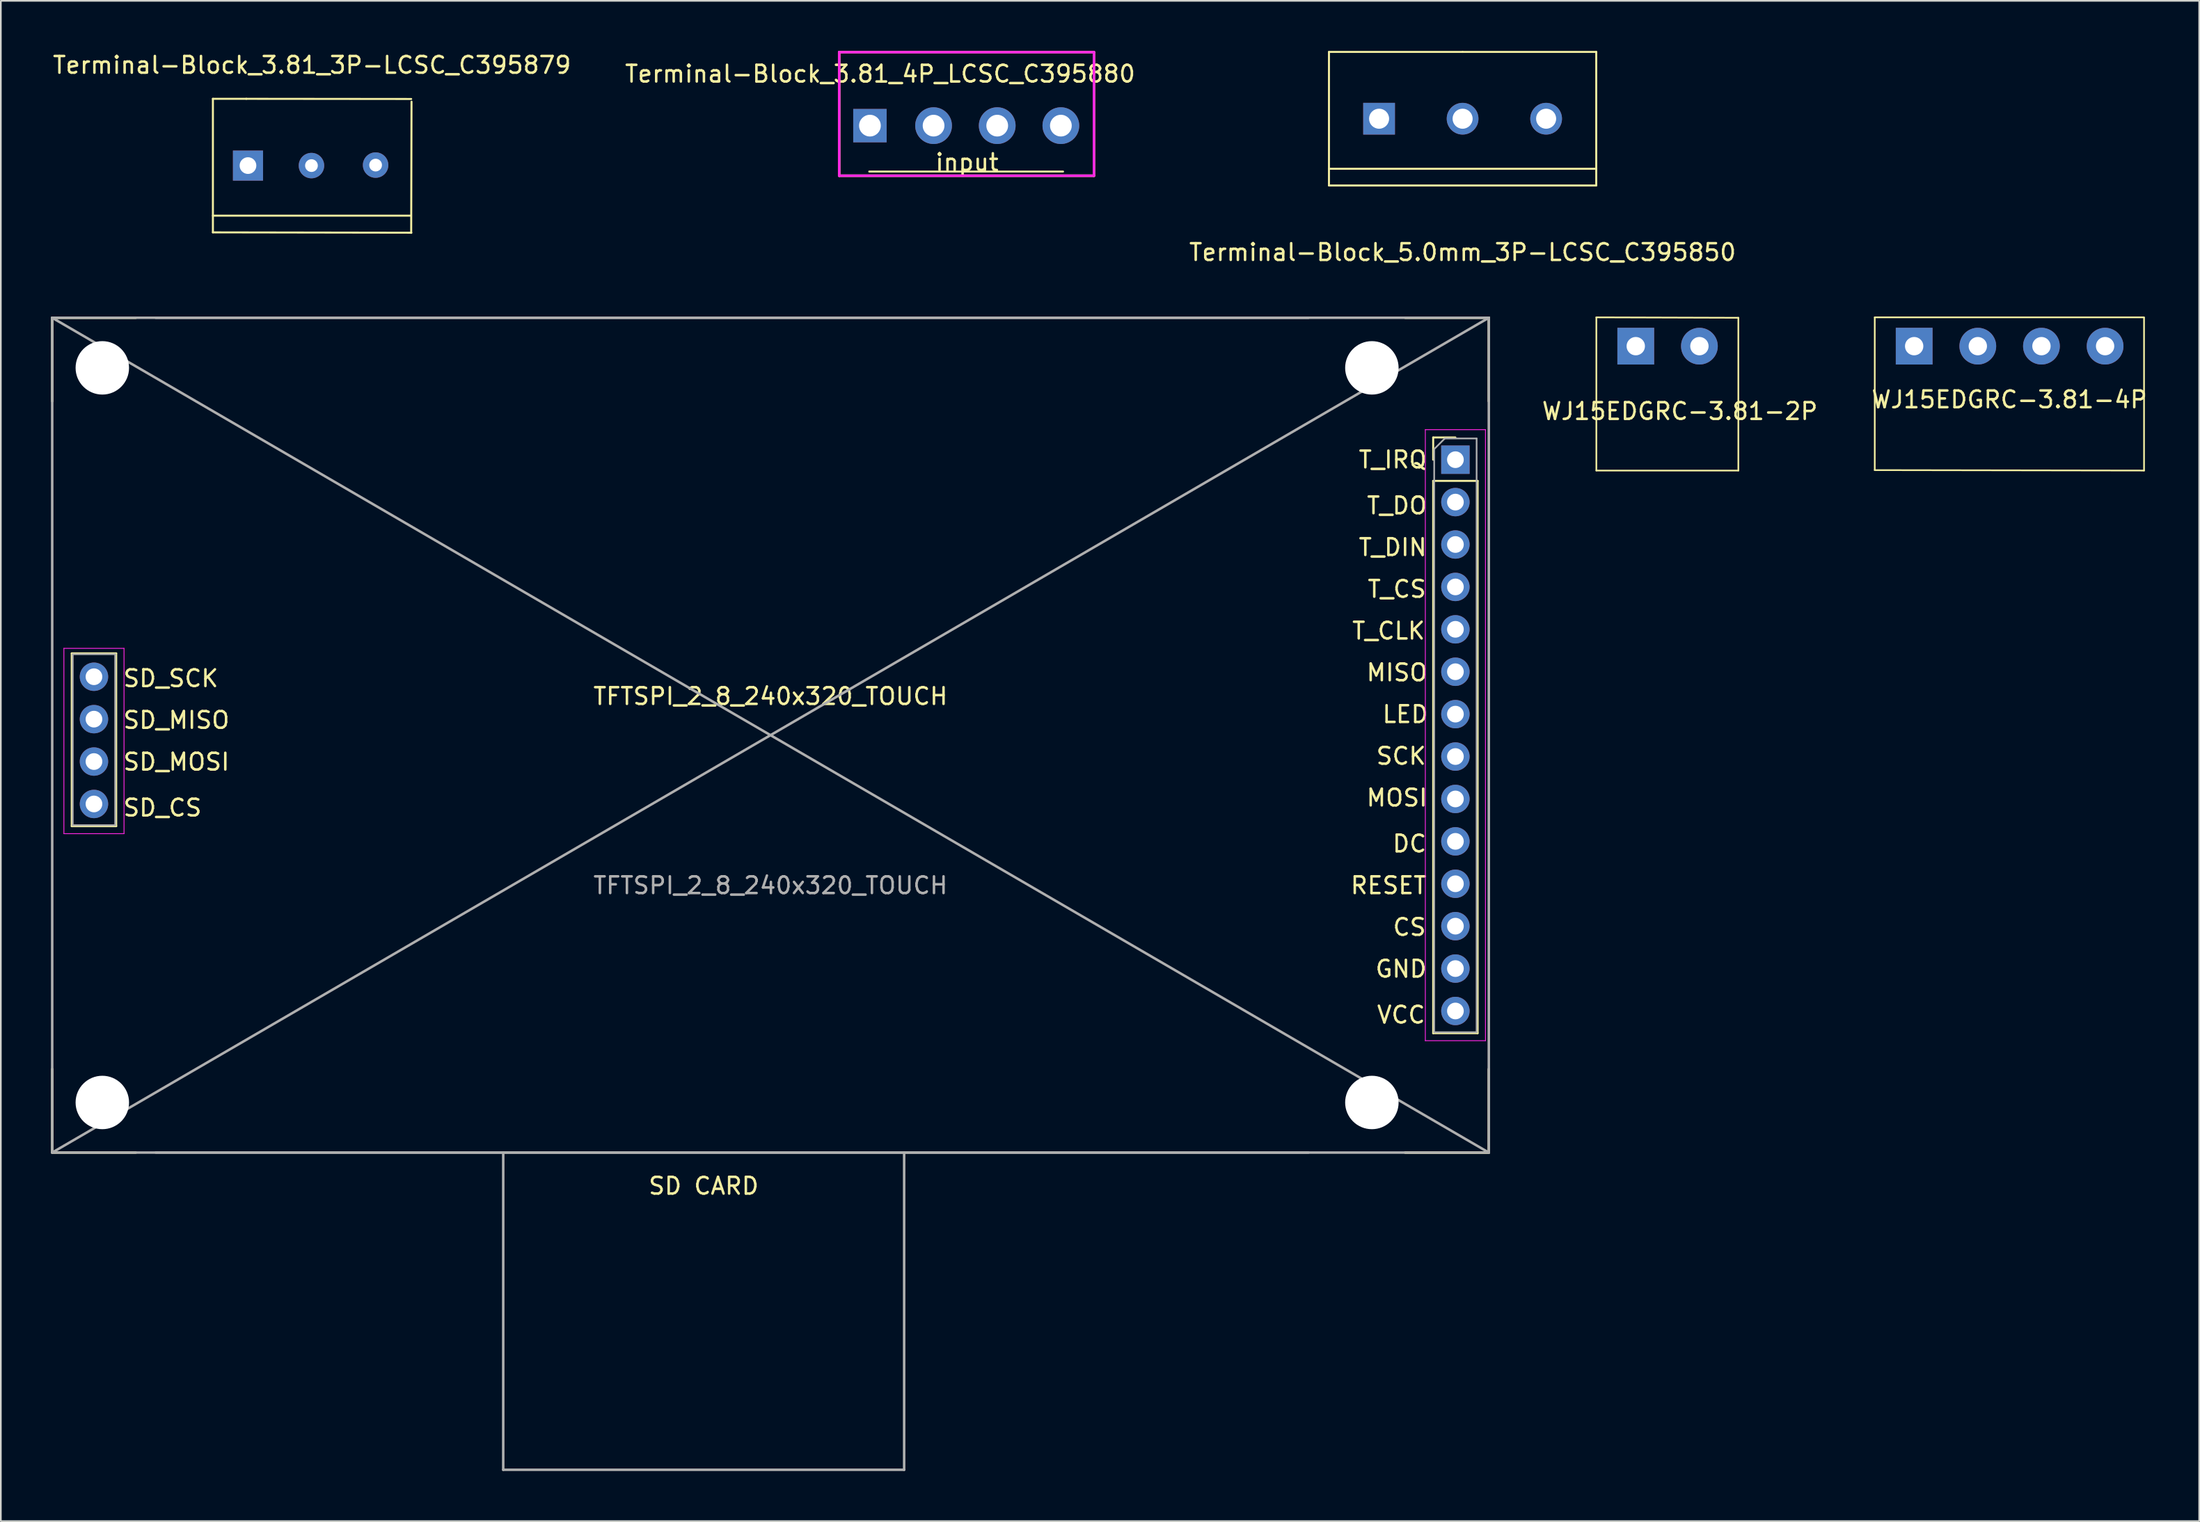
<source format=kicad_pcb>
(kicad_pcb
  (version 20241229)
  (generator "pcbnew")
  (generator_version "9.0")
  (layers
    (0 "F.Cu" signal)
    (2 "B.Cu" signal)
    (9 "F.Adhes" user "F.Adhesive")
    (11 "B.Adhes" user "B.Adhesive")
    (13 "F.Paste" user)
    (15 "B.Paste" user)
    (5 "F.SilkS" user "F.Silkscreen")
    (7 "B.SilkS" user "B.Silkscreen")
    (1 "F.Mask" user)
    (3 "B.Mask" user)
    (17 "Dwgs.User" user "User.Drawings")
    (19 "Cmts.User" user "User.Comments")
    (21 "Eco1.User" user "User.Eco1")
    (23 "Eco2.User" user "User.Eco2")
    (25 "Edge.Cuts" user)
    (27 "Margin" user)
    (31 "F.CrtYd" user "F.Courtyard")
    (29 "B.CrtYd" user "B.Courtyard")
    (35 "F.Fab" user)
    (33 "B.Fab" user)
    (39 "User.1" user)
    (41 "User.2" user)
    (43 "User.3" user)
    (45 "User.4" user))
  (footprint "WJ15EDGRC-3.81-4P"
    (layer "F.Cu")
    (at 117.239 17.683)
    (property "Reference" "WJ15EDGRC-3.81-4P" (at 0 3.2 0) (layer "F.SilkS") (effects (font (size 1 1) (thickness 0.15))))
    (attr through_hole)
    (fp_line (start -8.06 -1.725) (end -8.06 7.425) (stroke (width 0.1) (type default)) (layer "F.SilkS"))
    (fp_line (start -8.06 -1.725) (end 8.06 -1.725) (stroke (width 0.1) (type default)) (layer "F.SilkS"))
    (fp_line (start -8.06 7.425) (end 8.06 7.45) (stroke (width 0.1) (type default)) (layer "F.SilkS"))
    (fp_line (start 8.06 -1.7) (end 8.06 7.45) (stroke (width 0.1) (type default)) (layer "F.SilkS"))
    (pad "1" thru_hole rect (at -5.701 0) (size 2.2 2.2) (drill 1.1) (layers "*.Cu" "*.Mask"))
    (pad "2" thru_hole circle (at -1.891 0) (size 2.2 2.2) (drill 1.1) (layers "*.Cu" "*.Mask"))
    (pad "3" thru_hole circle (at 1.919 0) (size 2.2 2.2) (drill 1.1) (layers "*.Cu" "*.Mask"))
    (pad "4" thru_hole circle (at 5.729 0) (size 2.2 2.2) (drill 1.1) (layers "*.Cu" "*.Mask")))
  (footprint "Terminal-Block_3.81_4P_LCSC_C395880"
    (layer "F.Cu")
    (at 52.837 4.475)
    (property "Reference" "Terminal-Block_3.81_4P_LCSC_C395880" (at -3.2 -3.1 0) (layer "F.SilkS") (effects (font (size 1 1) (thickness 0.15))))
    (attr through_hole)
    (fp_line (start -5.65 -4.4) (end -5.65 3) (stroke (width 0.15) (type solid)) (layer "F.SilkS"))
    (fp_line (start -5.65 -4.4) (end 9.6 -4.4) (stroke (width 0.15) (type solid)) (layer "F.SilkS"))
    (fp_line (start -5.65 3) (end 9.6 3) (stroke (width 0.15) (type solid)) (layer "F.SilkS"))
    (fp_line (start -3.85 2.75) (end 7.75 2.75) (stroke (width 0.12) (type solid)) (layer "F.SilkS"))
    (fp_line (start 9.6 -4.4) (end 9.6 3) (stroke (width 0.15) (type solid)) (layer "F.SilkS"))
    (fp_line (start -5.65 -4.4) (end -5.65 3) (stroke (width 0.15) (type solid)) (layer "F.CrtYd"))
    (fp_line (start -5.65 -4.4) (end 9.6 -4.4) (stroke (width 0.15) (type solid)) (layer "F.CrtYd"))
    (fp_line (start -5.65 3) (end 9.6 3) (stroke (width 0.15) (type solid)) (layer "F.CrtYd"))
    (fp_line (start 9.6 -4.4) (end 9.6 3) (stroke (width 0.15) (type solid)) (layer "F.CrtYd"))
    (fp_text user "input" (at 2 2.2 0) (layer "F.SilkS") (effects (font (size 1 1) (thickness 0.15))))
    (pad "1" thru_hole rect (at -3.81 0) (size 2 2) (drill 1.3) (layers "*.Cu" "*.Mask"))
    (pad "2" thru_hole circle (at 0 0) (size 2.2 2.2) (drill 1.3) (layers "*.Cu" "*.Mask"))
    (pad "3" thru_hole circle (at 3.81 0) (size 2.2 2.2) (drill 1.3) (layers "*.Cu" "*.Mask"))
    (pad "4" thru_hole circle (at 7.62 0) (size 2.2 2.2) (drill 1.3) (layers "*.Cu" "*.Mask")))
  (footprint "WJ15EDGRC-3.81-2P"
    (layer "F.Cu")
    (at 96.913 17.683)
    (property "Reference" "WJ15EDGRC-3.81-2P" (at 0.6 3.9 0) (layer "F.SilkS") (effects (font (size 1 1) (thickness 0.15))))
    (attr through_hole)
    (fp_line (start -4.4 -1.725) (end -4.4 7.45) (stroke (width 0.1) (type default)) (layer "F.SilkS"))
    (fp_line (start -4.4 -1.725) (end 4.1 -1.7) (stroke (width 0.1) (type default)) (layer "F.SilkS"))
    (fp_line (start -4.4 7.45) (end 4.1 7.45) (stroke (width 0.1) (type default)) (layer "F.SilkS"))
    (fp_line (start 4.1 -1.7) (end 4.1 7.45) (stroke (width 0.1) (type default)) (layer "F.SilkS"))
    (pad "1" thru_hole rect (at -2.041 0) (size 2.2 2.2) (drill 1.1) (layers "*.Cu" "*.Mask"))
    (pad "2" thru_hole circle (at 1.769 0) (size 2.2 2.2) (drill 1.1) (layers "*.Cu" "*.Mask")))
  (footprint "Terminal-Block_5.0mm_3P-LCSC_C395850"
    (layer "F.Cu")
    (at 84.506 4.06)
    (property "Reference" "Terminal-Block_5.0mm_3P-LCSC_C395850" (at 0 8 0) (layer "F.SilkS") (effects (font (size 1 1) (thickness 0.15))))
    (attr through_hole)
    (fp_line (start -8 -4) (end 0 -4) (stroke (width 0.12) (type solid)) (layer "F.SilkS"))
    (fp_line (start -8 3) (end 8 3) (stroke (width 0.12) (type solid)) (layer "F.SilkS"))
    (fp_line (start -8 4) (end -8 -4) (stroke (width 0.12) (type solid)) (layer "F.SilkS"))
    (fp_line (start 0 -4) (end 8 -4) (stroke (width 0.12) (type solid)) (layer "F.SilkS"))
    (fp_line (start 8 -4) (end 8 4) (stroke (width 0.12) (type solid)) (layer "F.SilkS"))
    (fp_line (start 8 4) (end -8 4) (stroke (width 0.12) (type solid)) (layer "F.SilkS"))
    (pad "1" thru_hole rect (at -5 0) (size 1.9 1.9) (drill 1.2) (layers "*.Cu" "*.Mask"))
    (pad "2" thru_hole circle (at 0 0) (size 1.9 1.9) (drill 1.2) (layers "*.Cu" "*.Mask"))
    (pad "3" thru_hole circle (at 5 0) (size 1.9 1.9) (drill 1.2) (layers "*.Cu" "*.Mask")))
  (footprint "TFTSPI_2_8_240x320_TOUCH"
    (layer "F.Cu")
    (at 43.075 40.983)
    (property "Reference" "TFTSPI_2_8_240x320_TOUCH" (at 0 -2.33 0) (layer "F.SilkS") (effects (font (size 1 1) (thickness 0.15))))
    (attr through_hole)
    (fp_line (start -43 -25) (end -43 -20) (stroke (width 0.15) (type solid)) (layer "F.SilkS"))
    (fp_line (start -43 -25) (end -38 -25) (stroke (width 0.15) (type solid)) (layer "F.SilkS"))
    (fp_line (start -43 25) (end -43 20) (stroke (width 0.15) (type solid)) (layer "F.SilkS"))
    (fp_line (start -43 25) (end -38 25) (stroke (width 0.15) (type solid)) (layer "F.SilkS"))
    (fp_line (start -41.83 -4.9) (end -41.83 5.45) (stroke (width 0.12) (type solid)) (layer "F.SilkS"))
    (fp_line (start -41.83 -4.9) (end -39.17 -4.9) (stroke (width 0.12) (type solid)) (layer "F.SilkS"))
    (fp_line (start -41.83 5.45) (end -39.17 5.45) (stroke (width 0.12) (type solid)) (layer "F.SilkS"))
    (fp_line (start -39.17 -4.9) (end -39.17 5.45) (stroke (width 0.12) (type solid)) (layer "F.SilkS"))
    (fp_line (start 38 25) (end 43 25) (stroke (width 0.15) (type solid)) (layer "F.SilkS"))
    (fp_line (start 39.67 -17.83) (end 41 -17.83) (stroke (width 0.12) (type solid)) (layer "F.SilkS"))
    (fp_line (start 39.67 -16.5) (end 39.67 -17.83) (stroke (width 0.12) (type solid)) (layer "F.SilkS"))
    (fp_line (start 39.67 -15.23) (end 39.67 17.85) (stroke (width 0.12) (type solid)) (layer "F.SilkS"))
    (fp_line (start 39.67 -15.23) (end 42.33 -15.23) (stroke (width 0.12) (type solid)) (layer "F.SilkS"))
    (fp_line (start 39.67 17.85) (end 42.33 17.85) (stroke (width 0.12) (type solid)) (layer "F.SilkS"))
    (fp_line (start 42.33 -15.23) (end 42.33 17.85) (stroke (width 0.12) (type solid)) (layer "F.SilkS"))
    (fp_line (start 43 -25) (end 38 -25) (stroke (width 0.15) (type solid)) (layer "F.SilkS"))
    (fp_line (start 43 -25) (end 43 -20) (stroke (width 0.15) (type solid)) (layer "F.SilkS"))
    (fp_line (start 43 25) (end 38 25) (stroke (width 0.15) (type solid)) (layer "F.SilkS"))
    (fp_line (start 43 25) (end 43 20) (stroke (width 0.15) (type solid)) (layer "F.SilkS"))
    (fp_line (start -42.3 -5.2) (end -42.3 5.9) (stroke (width 0.05) (type solid)) (layer "F.CrtYd"))
    (fp_line (start -42.3 5.9) (end -38.7 5.9) (stroke (width 0.05) (type solid)) (layer "F.CrtYd"))
    (fp_line (start -38.7 -5.2) (end -42.3 -5.2) (stroke (width 0.05) (type solid)) (layer "F.CrtYd"))
    (fp_line (start -38.7 5.9) (end -38.7 -5.2) (stroke (width 0.05) (type solid)) (layer "F.CrtYd"))
    (fp_line (start 39.2 -18.3) (end 39.2 18.3) (stroke (width 0.05) (type solid)) (layer "F.CrtYd"))
    (fp_line (start 39.2 18.3) (end 42.8 18.3) (stroke (width 0.05) (type solid)) (layer "F.CrtYd"))
    (fp_line (start 42.8 -18.3) (end 39.2 -18.3) (stroke (width 0.05) (type solid)) (layer "F.CrtYd"))
    (fp_line (start 42.8 18.3) (end 42.8 -18.3) (stroke (width 0.05) (type solid)) (layer "F.CrtYd"))
    (fp_line (start -43 -25) (end 43 -25) (stroke (width 0.15) (type solid)) (layer "F.Fab"))
    (fp_line (start -43 -25) (end 43 25) (stroke (width 0.15) (type solid)) (layer "F.Fab"))
    (fp_line (start -43 25) (end -43 -25) (stroke (width 0.15) (type solid)) (layer "F.Fab"))
    (fp_line (start -43 25) (end 43 -25) (stroke (width 0.15) (type solid)) (layer "F.Fab"))
    (fp_line (start -41.77 5.39) (end -41.77 -4.85) (stroke (width 0.1) (type solid)) (layer "F.Fab"))
    (fp_line (start -39.23 -4.85) (end -41.77 -4.85) (stroke (width 0.1) (type solid)) (layer "F.Fab"))
    (fp_line (start -39.23 -4.85) (end -39.23 5.39) (stroke (width 0.1) (type solid)) (layer "F.Fab"))
    (fp_line (start -39.23 5.39) (end -41.77 5.39) (stroke (width 0.1) (type solid)) (layer "F.Fab"))
    (fp_line (start -36.8 -25) (end 32.2 -25) (stroke (width 0.15) (type solid)) (layer "F.Fab"))
    (fp_line (start -16 25) (end -16 44) (stroke (width 0.15) (type solid)) (layer "F.Fab"))
    (fp_line (start 8 25) (end 8 44) (stroke (width 0.15) (type solid)) (layer "F.Fab"))
    (fp_line (start 8 44) (end -16 44) (stroke (width 0.15) (type solid)) (layer "F.Fab"))
    (fp_line (start 32.2 25) (end -36.8 25) (stroke (width 0.15) (type solid)) (layer "F.Fab"))
    (fp_line (start 39.73 -17.135) (end 40.365 -17.77) (stroke (width 0.1) (type solid)) (layer "F.Fab"))
    (fp_line (start 39.73 17.79) (end 39.73 -17.135) (stroke (width 0.1) (type solid)) (layer "F.Fab"))
    (fp_line (start 40.365 -17.77) (end 42.27 -17.77) (stroke (width 0.1) (type solid)) (layer "F.Fab"))
    (fp_line (start 42.27 -17.77) (end 42.27 17.79) (stroke (width 0.1) (type solid)) (layer "F.Fab"))
    (fp_line (start 42.27 17.79) (end 39.73 17.79) (stroke (width 0.1) (type solid)) (layer "F.Fab"))
    (fp_line (start 43 25) (end -43 25) (stroke (width 0.15) (type solid)) (layer "F.Fab"))
    (fp_line (start 43 25) (end 43 -25) (stroke (width 0.15) (type solid)) (layer "F.Fab"))
    (fp_text user "SD_SCK" (at -35.9 -3.4 0) (layer "F.SilkS") (effects (font (size 1 1) (thickness 0.15))))
    (fp_text user "GND" (at 37.75 14 0) (layer "F.SilkS") (effects (font (size 1 1) (thickness 0.15))))
    (fp_text user "SCK" (at 37.75 1.25 0) (layer "F.SilkS") (effects (font (size 1 1) (thickness 0.15))))
    (fp_text user "MOSI" (at 37.5 3.75 0) (layer "F.SilkS") (effects (font (size 1 1) (thickness 0.15))))
    (fp_text user "DC" (at 38.25 6.5 0) (layer "F.SilkS") (effects (font (size 1 1) (thickness 0.15))))
    (fp_text user "MISO" (at 37.5 -3.75 0) (layer "F.SilkS") (effects (font (size 1 1) (thickness 0.15))))
    (fp_text user "SD_MISO" (at -35.567 -0.9 0) (layer "F.SilkS") (effects (font (size 1 1) (thickness 0.15))))
    (fp_text user "T_IRQ" (at 37.25 -16.5 0) (layer "F.SilkS") (effects (font (size 1 1) (thickness 0.15))))
    (fp_text user "SD_MOSI" (at -35.567 1.6 0) (layer "F.SilkS") (effects (font (size 1 1) (thickness 0.15))))
    (fp_text user "VCC" (at 37.75 16.75 0) (layer "F.SilkS") (effects (font (size 1 1) (thickness 0.15))))
    (fp_text user "T_CLK" (at 37 -6.25 0) (layer "F.SilkS") (effects (font (size 1 1) (thickness 0.15))))
    (fp_text user "T_DIN" (at 37.25 -11.25 0) (layer "F.SilkS") (effects (font (size 1 1) (thickness 0.15))))
    (fp_text user "SD_CS" (at -36.4 4.35 0) (layer "F.SilkS") (effects (font (size 1 1) (thickness 0.15))))
    (fp_text user "RESET" (at 37 9 0) (layer "F.SilkS") (effects (font (size 1 1) (thickness 0.15))))
    (fp_text user "CS" (at 38.25 11.5 0) (layer "F.SilkS") (effects (font (size 1 1) (thickness 0.15))))
    (fp_text user "T_CS" (at 37.5 -8.75 0) (layer "F.SilkS") (effects (font (size 1 1) (thickness 0.15))))
    (fp_text user "SD CARD" (at -4 27 0) (layer "F.SilkS") (effects (font (size 1 1) (thickness 0.15))))
    (fp_text user "T_DO" (at 37.5 -13.75 0) (layer "F.SilkS") (effects (font (size 1 1) (thickness 0.15))))
    (fp_text user "LED" (at 38 -1.25 0) (layer "F.SilkS") (effects (font (size 1 1) (thickness 0.15))))
    (fp_text user "${REFERENCE}" (at 0 9 180) (layer "F.Fab") (effects (font (size 1 1) (thickness 0.15))))
    (pad "" np_thru_hole circle (at -40 -22) (size 3.2 3.2) (drill 3.2) (layers "*.Cu" "*.Mask"))
    (pad "" np_thru_hole circle (at -40 22) (size 3.2 3.2) (drill 3.2) (layers "*.Cu" "*.Mask"))
    (pad "" np_thru_hole circle (at 36 -22) (size 3.2 3.2) (drill 3.2) (layers "*.Cu" "*.Mask"))
    (pad "" np_thru_hole circle (at 36 22) (size 3.2 3.2) (drill 3.2) (layers "*.Cu" "*.Mask"))
    (pad "1" thru_hole rect (at 41 -16.5) (size 1.7 1.7) (drill 1) (layers "*.Cu" "*.Mask"))
    (pad "2" thru_hole oval (at 41 -13.96) (size 1.7 1.7) (drill 1) (layers "*.Cu" "*.Mask"))
    (pad "3" thru_hole oval (at 41 -11.42) (size 1.7 1.7) (drill 1) (layers "*.Cu" "*.Mask"))
    (pad "4" thru_hole oval (at 41 -8.88) (size 1.7 1.7) (drill 1) (layers "*.Cu" "*.Mask"))
    (pad "5" thru_hole oval (at 41 -6.34) (size 1.7 1.7) (drill 1) (layers "*.Cu" "*.Mask"))
    (pad "6" thru_hole oval (at 41 -3.8) (size 1.7 1.7) (drill 1) (layers "*.Cu" "*.Mask"))
    (pad "7" thru_hole oval (at 41 -1.26) (size 1.7 1.7) (drill 1) (layers "*.Cu" "*.Mask"))
    (pad "8" thru_hole oval (at 41 1.28) (size 1.7 1.7) (drill 1) (layers "*.Cu" "*.Mask"))
    (pad "9" thru_hole oval (at 41 3.82) (size 1.7 1.7) (drill 1) (layers "*.Cu" "*.Mask"))
    (pad "10" thru_hole oval (at 41 6.36) (size 1.7 1.7) (drill 1) (layers "*.Cu" "*.Mask"))
    (pad "11" thru_hole oval (at 41 8.9) (size 1.7 1.7) (drill 1) (layers "*.Cu" "*.Mask"))
    (pad "12" thru_hole oval (at 41 11.44) (size 1.7 1.7) (drill 1) (layers "*.Cu" "*.Mask"))
    (pad "13" thru_hole oval (at 41 13.98) (size 1.7 1.7) (drill 1) (layers "*.Cu" "*.Mask"))
    (pad "14" thru_hole oval (at 41 16.52) (size 1.7 1.7) (drill 1) (layers "*.Cu" "*.Mask"))
    (pad "SD1" thru_hole oval (at -40.5 -3.5) (size 1.7 1.7) (drill 1) (layers "*.Cu" "*.Mask"))
    (pad "SD2" thru_hole oval (at -40.5 -0.96) (size 1.7 1.7) (drill 1) (layers "*.Cu" "*.Mask"))
    (pad "SD3" thru_hole oval (at -40.5 1.58) (size 1.7 1.7) (drill 1) (layers "*.Cu" "*.Mask"))
    (pad "SD4" thru_hole oval (at -40.5 4.12) (size 1.7 1.7) (drill 1) (layers "*.Cu" "*.Mask")))
  (footprint "Terminal-Block_3.81_3P-LCSC_C395879"
    (layer "F.Cu")
    (at 15.625 6.848)
    (property "Reference" "Terminal-Block_3.81_3P-LCSC_C395879" (at 0 -6 0) (layer "F.SilkS") (effects (font (size 1 1) (thickness 0.15))))
    (attr through_hole)
    (fp_line (start -5.93 -3.98) (end -3.93 -3.98) (stroke (width 0.12) (type solid)) (layer "F.SilkS"))
    (fp_line (start -5.93 3.02) (end 5.92 3.02) (stroke (width 0.12) (type solid)) (layer "F.SilkS"))
    (fp_line (start -5.93 4.02) (end -5.93 -3.98) (stroke (width 0.12) (type solid)) (layer "F.SilkS"))
    (fp_line (start -3.93 -3.98) (end 5.94 -3.97) (stroke (width 0.12) (type solid)) (layer "F.SilkS"))
    (fp_line (start 5.95 4.04) (end -5.93 4.02) (stroke (width 0.12) (type solid)) (layer "F.SilkS"))
    (fp_line (start 5.96 -3.81) (end 5.94 4.05) (stroke (width 0.12) (type solid)) (layer "F.SilkS"))
    (pad "1" thru_hole rect (at -3.83 0.02) (size 1.8 1.8) (drill 1) (layers "*.Cu" "*.Mask"))
    (pad "2" thru_hole circle (at -0.03 0.02) (size 1.524 1.524) (drill 0.762) (layers "*.Cu" "*.Mask"))
    (pad "3" thru_hole circle (at 3.81 -0.01) (size 1.524 1.524) (drill 0.762) (layers "*.Cu" "*.Mask")))
  (gr_rect
    (start -3 -3)
    (end 128.602 88.058)
    (stroke (width 0.1) (type default))
    (fill no)
    (layer "Edge.Cuts")))
</source>
